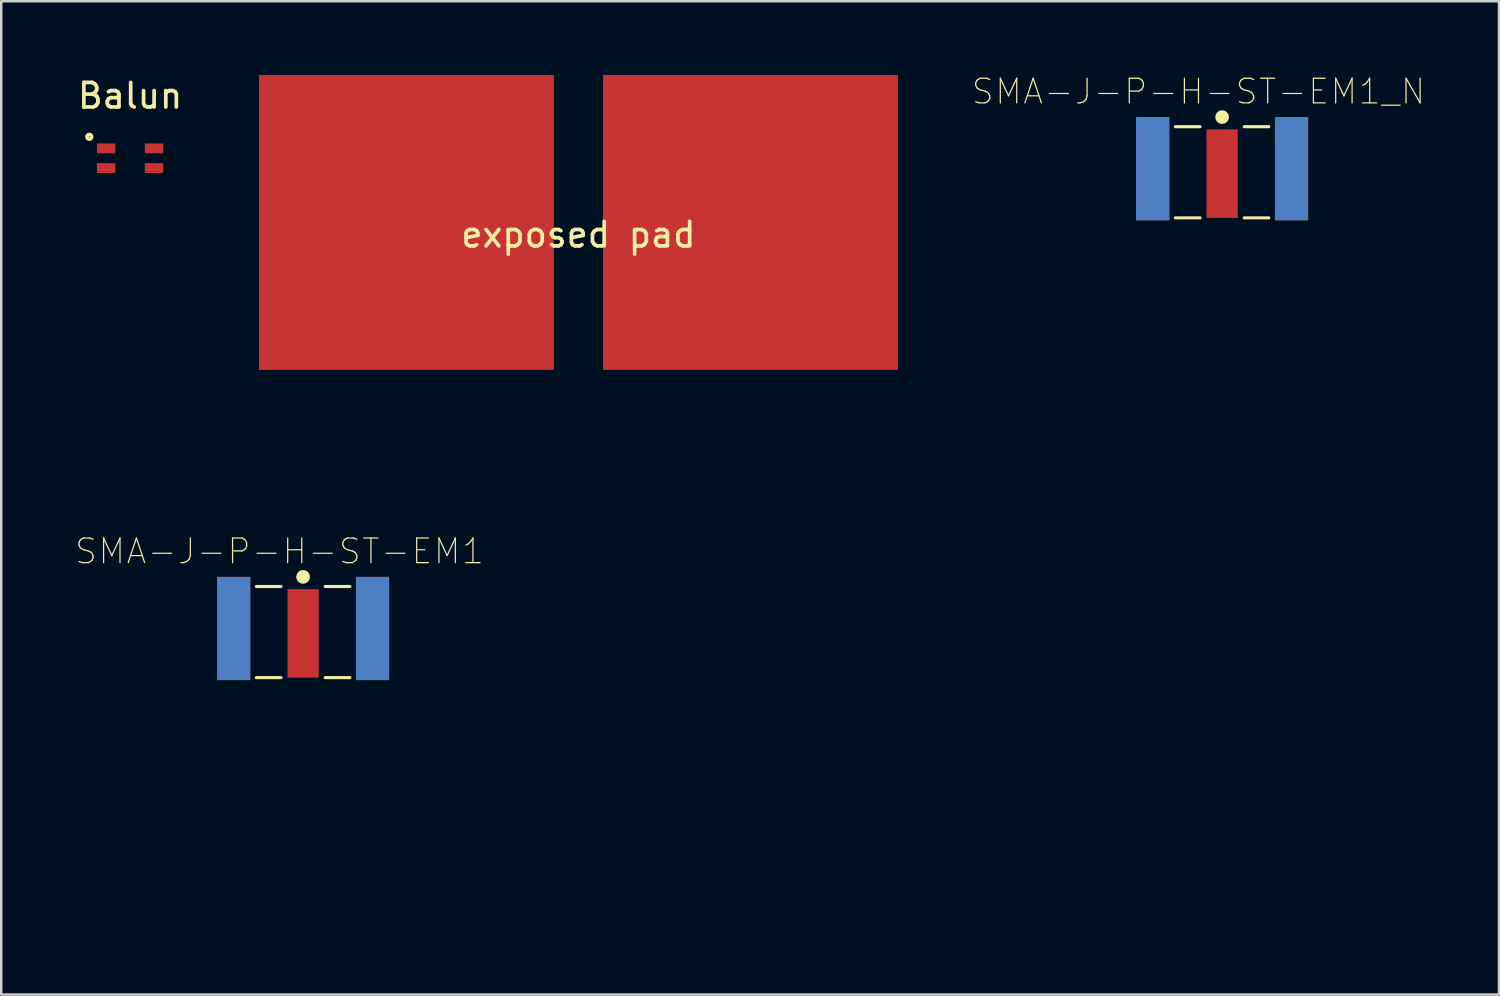
<source format=kicad_pcb>
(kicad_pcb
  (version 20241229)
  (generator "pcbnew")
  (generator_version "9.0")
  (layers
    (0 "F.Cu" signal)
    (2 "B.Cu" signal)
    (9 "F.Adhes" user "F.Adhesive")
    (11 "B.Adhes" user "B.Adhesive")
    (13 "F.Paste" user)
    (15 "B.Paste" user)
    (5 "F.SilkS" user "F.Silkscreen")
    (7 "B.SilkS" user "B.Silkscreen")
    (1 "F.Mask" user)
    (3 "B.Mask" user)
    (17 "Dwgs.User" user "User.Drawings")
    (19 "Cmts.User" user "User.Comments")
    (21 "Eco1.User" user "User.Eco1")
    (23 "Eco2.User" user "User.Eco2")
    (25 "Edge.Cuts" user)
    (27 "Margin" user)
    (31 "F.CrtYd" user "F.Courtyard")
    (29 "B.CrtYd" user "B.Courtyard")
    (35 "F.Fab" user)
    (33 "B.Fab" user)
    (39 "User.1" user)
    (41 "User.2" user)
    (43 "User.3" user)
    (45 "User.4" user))
  (footprint "SMA-J-P-H-ST-EM1_N"
    (layer "F.Cu")
    (at 46.679 4.015)
    (property "Reference" "SMA-J-P-H-ST-EM1_N" (at -0.962 -3.341 0) (layer "F.SilkS") (effects (font (size 1.002 1.002) (thickness 0.05))))
    (attr smd)
    (fp_line (start -1.9 -1.91) (end -0.9 -1.91) (stroke (width 0.127) (type solid)) (layer "F.SilkS"))
    (fp_line (start -1.9 1.8) (end -0.9 1.8) (stroke (width 0.127) (type solid)) (layer "F.SilkS"))
    (fp_line (start 0.9 -1.91) (end 1.9 -1.91) (stroke (width 0.127) (type solid)) (layer "F.SilkS"))
    (fp_line (start 0.9 1.8) (end 1.9 1.8) (stroke (width 0.127) (type solid)) (layer "F.SilkS"))
    (fp_circle (center 0 -2.3) (end 0.14 -2.3) (stroke (width 0.28) (type solid)) (fill no) (layer "F.SilkS"))
    (fp_line (start -3.75 -2.55) (end 3.75 -2.55) (stroke (width 0.05) (type solid)) (layer "Eco1.User"))
    (fp_line (start -3.75 2.15) (end -3.75 -2.55) (stroke (width 0.05) (type solid)) (layer "Eco1.User"))
    (fp_line (start -3.425 2.15) (end -3.75 2.15) (stroke (width 0.05) (type solid)) (layer "Eco1.User"))
    (fp_line (start -3.425 11.67) (end -3.425 2.15) (stroke (width 0.05) (type solid)) (layer "Eco1.User"))
    (fp_line (start 3.425 2.15) (end 3.425 11.67) (stroke (width 0.05) (type solid)) (layer "Eco1.User"))
    (fp_line (start 3.425 11.67) (end -3.425 11.67) (stroke (width 0.05) (type solid)) (layer "Eco1.User"))
    (fp_line (start 3.75 -2.55) (end 3.75 2.15) (stroke (width 0.05) (type solid)) (layer "Eco1.User"))
    (fp_line (start 3.75 2.15) (end 3.425 2.15) (stroke (width 0.05) (type solid)) (layer "Eco1.User"))
    (fp_line (start -5 1.9) (end -3.175 1.9) (stroke (width 0.127) (type solid)) (layer "Eco2.User"))
    (fp_line (start -3.175 -1.91) (end 3.175 -1.91) (stroke (width 0.127) (type solid)) (layer "Eco2.User"))
    (fp_line (start -3.175 1.9) (end -3.175 -1.91) (stroke (width 0.127) (type solid)) (layer "Eco2.User"))
    (fp_line (start -3.175 1.9) (end 3.175 1.9) (stroke (width 0.127) (type solid)) (layer "Eco2.User"))
    (fp_line (start -3.165 11.42) (end -3.175 1.9) (stroke (width 0.127) (type solid)) (layer "Eco2.User"))
    (fp_line (start 3.165 11.42) (end -3.165 11.42) (stroke (width 0.127) (type solid)) (layer "Eco2.User"))
    (fp_line (start 3.175 -1.91) (end 3.175 1.9) (stroke (width 0.127) (type solid)) (layer "Eco2.User"))
    (fp_line (start 3.175 1.9) (end 3.165 11.42) (stroke (width 0.127) (type solid)) (layer "Eco2.User"))
    (fp_line (start 3.175 1.9) (end 5 1.9) (stroke (width 0.127) (type solid)) (layer "Eco2.User"))
    (pad "1" smd rect (at 0 0) (size 1.27 3.6) (layers "F.Cu" "F.Mask" "F.Paste"))
    (pad "2" smd rect (at -2.825 -0.2) (size 1.35 4.2) (layers "F.Cu" "F.Mask" "F.Paste"))
    (pad "2" smd rect (at -2.825 -0.2) (size 1.35 4.2) (layers "F.Mask" "B.Cu" "F.Paste"))
    (pad "2" smd rect (at 2.825 -0.2) (size 1.35 4.2) (layers "F.Cu" "F.Mask" "F.Paste"))
    (pad "2" smd rect (at 2.825 -0.2) (size 1.35 4.2) (layers "F.Mask" "B.Cu" "F.Paste")))
  (footprint "SMA-J-P-H-ST-EM1"
    (layer "F.Cu")
    (at 9.284 22.724)
    (property "Reference" "SMA-J-P-H-ST-EM1" (at -0.962 -3.341 0) (layer "F.SilkS") (effects (font (size 1.002 1.002) (thickness 0.05))))
    (attr smd)
    (fp_line (start -1.9 -1.91) (end -0.9 -1.91) (stroke (width 0.127) (type solid)) (layer "F.SilkS"))
    (fp_line (start -1.9 1.8) (end -0.9 1.8) (stroke (width 0.127) (type solid)) (layer "F.SilkS"))
    (fp_line (start 0.9 -1.91) (end 1.9 -1.91) (stroke (width 0.127) (type solid)) (layer "F.SilkS"))
    (fp_line (start 0.9 1.8) (end 1.9 1.8) (stroke (width 0.127) (type solid)) (layer "F.SilkS"))
    (fp_circle (center 0 -2.3) (end 0.14 -2.3) (stroke (width 0.28) (type solid)) (fill no) (layer "F.SilkS"))
    (fp_line (start -3.75 -2.55) (end 3.75 -2.55) (stroke (width 0.05) (type solid)) (layer "Eco1.User"))
    (fp_line (start -3.75 2.15) (end -3.75 -2.55) (stroke (width 0.05) (type solid)) (layer "Eco1.User"))
    (fp_line (start -3.425 2.15) (end -3.75 2.15) (stroke (width 0.05) (type solid)) (layer "Eco1.User"))
    (fp_line (start -3.425 11.67) (end -3.425 2.15) (stroke (width 0.05) (type solid)) (layer "Eco1.User"))
    (fp_line (start 3.425 2.15) (end 3.425 11.67) (stroke (width 0.05) (type solid)) (layer "Eco1.User"))
    (fp_line (start 3.425 11.67) (end -3.425 11.67) (stroke (width 0.05) (type solid)) (layer "Eco1.User"))
    (fp_line (start 3.75 -2.55) (end 3.75 2.15) (stroke (width 0.05) (type solid)) (layer "Eco1.User"))
    (fp_line (start 3.75 2.15) (end 3.425 2.15) (stroke (width 0.05) (type solid)) (layer "Eco1.User"))
    (fp_line (start -5 1.9) (end -3.175 1.9) (stroke (width 0.127) (type solid)) (layer "Eco2.User"))
    (fp_line (start -3.175 -1.91) (end 3.175 -1.91) (stroke (width 0.127) (type solid)) (layer "Eco2.User"))
    (fp_line (start -3.175 1.9) (end -3.175 -1.91) (stroke (width 0.127) (type solid)) (layer "Eco2.User"))
    (fp_line (start -3.175 1.9) (end 3.175 1.9) (stroke (width 0.127) (type solid)) (layer "Eco2.User"))
    (fp_line (start -3.165 11.42) (end -3.175 1.9) (stroke (width 0.127) (type solid)) (layer "Eco2.User"))
    (fp_line (start 3.165 11.42) (end -3.165 11.42) (stroke (width 0.127) (type solid)) (layer "Eco2.User"))
    (fp_line (start 3.175 -1.91) (end 3.175 1.9) (stroke (width 0.127) (type solid)) (layer "Eco2.User"))
    (fp_line (start 3.175 1.9) (end 3.165 11.42) (stroke (width 0.127) (type solid)) (layer "Eco2.User"))
    (fp_line (start 3.175 1.9) (end 5 1.9) (stroke (width 0.127) (type solid)) (layer "Eco2.User"))
    (fp_text user "PCB~{EDGE}" (at 4.304 1.702 0) (layer "Edge.Cuts") (effects (font (size 1 1) (thickness 0.05))))
    (fp_text user "BOARD~{THICKNESS:}1.57~{MM}" (at 4.101 -1.4 0) (layer "Edge.Cuts") (effects (font (size 1 1) (thickness 0.05))))
    (pad "1" smd rect (at 0 0) (size 1.27 3.6) (layers "F.Cu" "F.Mask" "F.Paste"))
    (pad "2" smd rect (at -2.825 -0.2) (size 1.35 4.2) (layers "F.Cu" "F.Mask" "F.Paste"))
    (pad "2" smd rect (at -2.825 -0.2) (size 1.35 4.2) (layers "F.Mask" "B.Cu" "F.Paste"))
    (pad "2" smd rect (at 2.825 -0.2) (size 1.35 4.2) (layers "F.Cu" "F.Mask" "F.Paste"))
    (pad "2" smd rect (at 2.825 -0.2) (size 1.35 4.2) (layers "F.Mask" "B.Cu" "F.Paste")))
  (footprint "Balun"
    (layer "F.Cu")
    (at 2.244 3.388)
    (property "Reference" "Balun" (at 0 -2.54 0) (layer "F.SilkS") (effects (font (size 1 1) (thickness 0.15))))
    (attr through_hole)
    (fp_circle (center -1.66 -0.87) (end -1.66 -0.89) (stroke (width 0.15) (type solid)) (fill no) (layer "F.SilkS"))
    (pad "1" smd rect (at -0.975 -0.4) (size 0.75 0.4) (layers "F.Cu" "F.Mask" "F.Paste"))
    (pad "2" smd rect (at -0.975 0.4) (size 0.75 0.4) (layers "F.Cu" "F.Mask" "F.Paste"))
    (pad "3" smd rect (at 0.975 0.4) (size 0.75 0.4) (layers "F.Cu" "F.Mask" "F.Paste"))
    (pad "4" smd rect (at 0.975 -0.4) (size 0.75 0.4) (layers "F.Cu" "F.Mask" "F.Paste")))
  (footprint "exposed pad"
    (layer "F.Cu")
    (at 20.488 6)
    (property "Reference" "exposed pad" (at 0 0.5 0) (layer "F.SilkS") (effects (font (size 1 1) (thickness 0.15))))
    (attr through_hole)
    (pad "1" smd rect (at -7 0) (size 12 12) (layers "F.Cu" "F.Mask" "F.Paste"))
    (pad "2" smd rect (at 7 0) (size 12 12) (layers "F.Cu" "F.Mask" "F.Paste")))
  (gr_rect
    (start -3 -3)
    (end 57.946 37.419)
    (stroke (width 0.1) (type default))
    (fill no)
    (layer "Edge.Cuts")))
</source>
